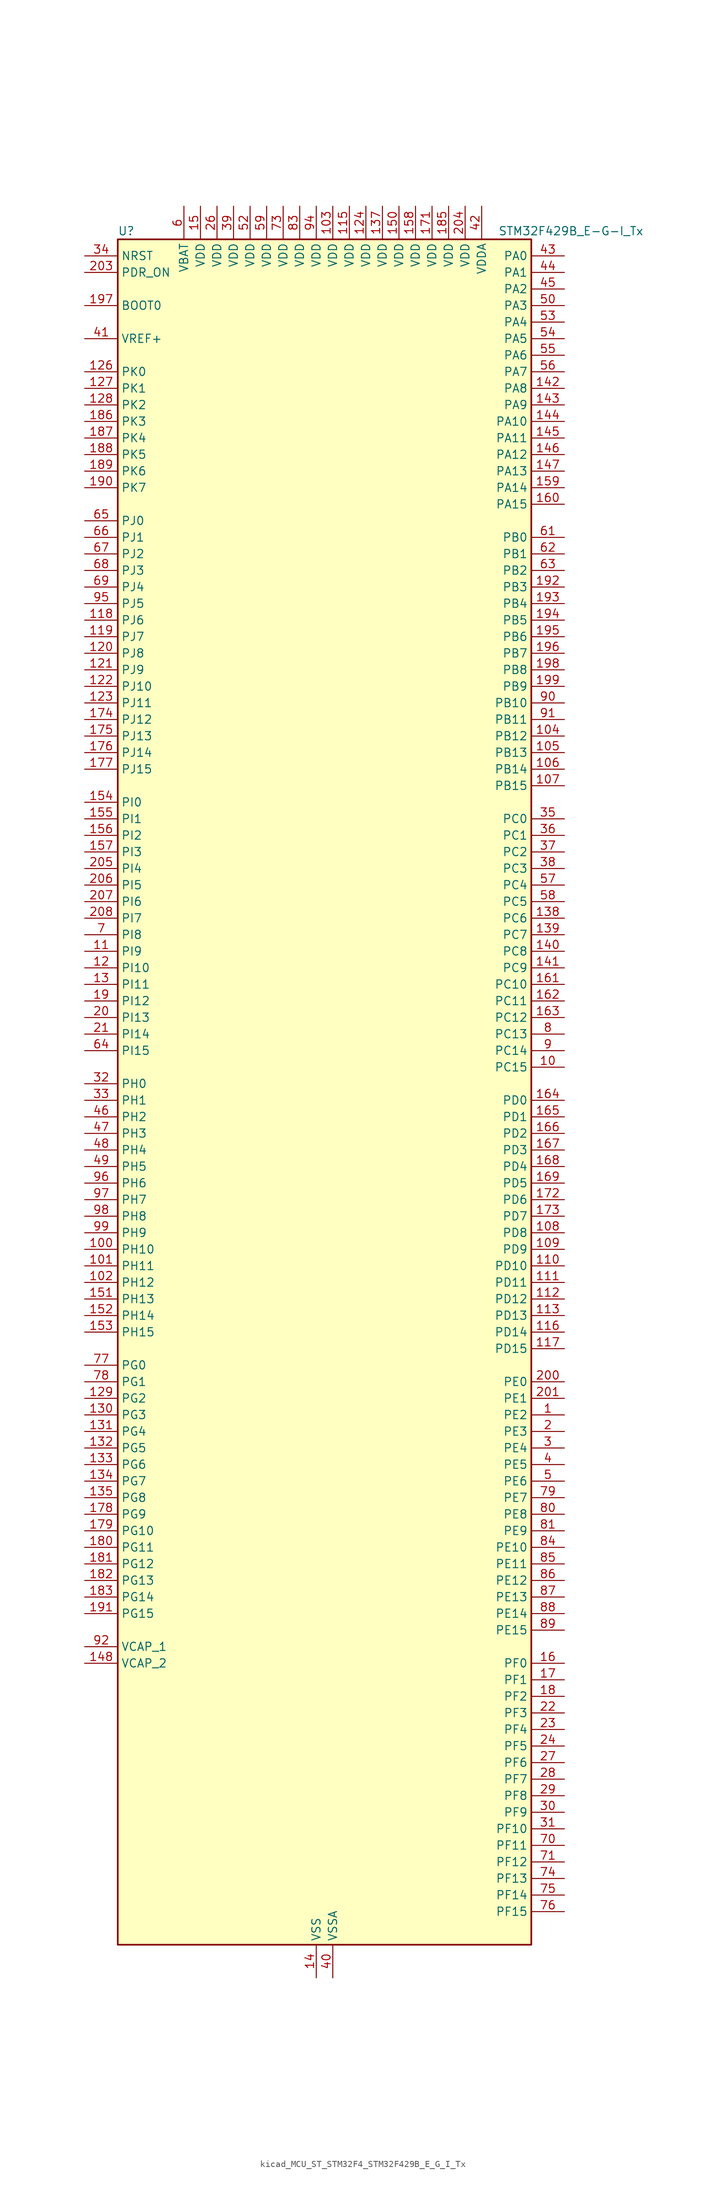
<source format=kicad_sym>
(kicad_symbol_lib
  (version 20220914)
  (generator kicad_symbol_editor)
  (symbol "kicad_MCU_ST_STM32F4_STM32F429B_E_G_I_Tx"
    (property "Reference" "U"
      (at -30.48 133.35 0)
      (effects (font (size 1.27 1.27)) (justify left)))
    (property "Value" "STM32F429B_E-G-I_Tx"
      (at 27.94 133.35 0)
      (effects (font (size 1.27 1.27)) (justify left)))
    (property "ki_locked" ""
      (at 0 0 0)
      (effects (font (size 1.27 1.27))))
    (symbol "kicad_MCU_ST_STM32F4_STM32F429B_E_G_I_Tx_0_1"
      (rectangle (start -30.48 -129.54) (end 33.02 132.08) (stroke (width 0.254) (type default)) (fill (type background))))
    (symbol "kicad_MCU_ST_STM32F4_STM32F429B_E_G_I_Tx_1_1"
      (pin bidirectional line (at 38.1 -48.26 180) (length 5.08) (name "PE2" (effects (font (size 1.27 1.27)))) (number "1" (effects (font (size 1.27 1.27)))) (alternate "ETH_TXD3" bidirectional line) (alternate "FMC_A23" bidirectional line) (alternate "SAI1_MCLK_A" bidirectional line) (alternate "SPI4_SCK" bidirectional line) (alternate "SYS_TRACECLK" bidirectional line))
      (pin bidirectional line (at 38.1 5.08 180) (length 5.08) (name "PC15" (effects (font (size 1.27 1.27)))) (number "10" (effects (font (size 1.27 1.27)))) (alternate "ADC1_EXTI15" bidirectional line) (alternate "ADC2_EXTI15" bidirectional line) (alternate "ADC3_EXTI15" bidirectional line) (alternate "RCC_OSC32_OUT" bidirectional line))
      (pin bidirectional line (at -35.56 -22.86 0) (length 5.08) (name "PH10" (effects (font (size 1.27 1.27)))) (number "100" (effects (font (size 1.27 1.27)))) (alternate "DCMI_D1" bidirectional line) (alternate "FMC_D18" bidirectional line) (alternate "LTDC_R4" bidirectional line) (alternate "TIM5_CH1" bidirectional line))
      (pin bidirectional line (at -35.56 -25.4 0) (length 5.08) (name "PH11" (effects (font (size 1.27 1.27)))) (number "101" (effects (font (size 1.27 1.27)))) (alternate "ADC1_EXTI11" bidirectional line) (alternate "ADC2_EXTI11" bidirectional line) (alternate "ADC3_EXTI11" bidirectional line) (alternate "DCMI_D2" bidirectional line) (alternate "FMC_D19" bidirectional line) (alternate "LTDC_R5" bidirectional line) (alternate "TIM5_CH2" bidirectional line))
      (pin bidirectional line (at -35.56 -27.94 0) (length 5.08) (name "PH12" (effects (font (size 1.27 1.27)))) (number "102" (effects (font (size 1.27 1.27)))) (alternate "DCMI_D3" bidirectional line) (alternate "FMC_D20" bidirectional line) (alternate "LTDC_R6" bidirectional line) (alternate "TIM5_CH3" bidirectional line))
      (pin power_in line (at 2.54 137.16 270) (length 5.08) (name "VDD" (effects (font (size 1.27 1.27)))) (number "103" (effects (font (size 1.27 1.27)))))
      (pin bidirectional line (at 38.1 55.88 180) (length 5.08) (name "PB12" (effects (font (size 1.27 1.27)))) (number "104" (effects (font (size 1.27 1.27)))) (alternate "CAN2_RX" bidirectional line) (alternate "ETH_TXD0" bidirectional line) (alternate "I2C2_SMBA" bidirectional line) (alternate "I2S2_WS" bidirectional line) (alternate "SPI2_NSS" bidirectional line) (alternate "TIM1_BKIN" bidirectional line) (alternate "USART3_CK" bidirectional line) (alternate "USB_OTG_HS_ID" bidirectional line) (alternate "USB_OTG_HS_ULPI_D5" bidirectional line))
      (pin bidirectional line (at 38.1 53.34 180) (length 5.08) (name "PB13" (effects (font (size 1.27 1.27)))) (number "105" (effects (font (size 1.27 1.27)))) (alternate "CAN2_TX" bidirectional line) (alternate "ETH_TXD1" bidirectional line) (alternate "I2S2_CK" bidirectional line) (alternate "SPI2_SCK" bidirectional line) (alternate "TIM1_CH1N" bidirectional line) (alternate "USART3_CTS" bidirectional line) (alternate "USB_OTG_HS_ULPI_D6" bidirectional line) (alternate "USB_OTG_HS_VBUS" bidirectional line))
      (pin bidirectional line (at 38.1 50.8 180) (length 5.08) (name "PB14" (effects (font (size 1.27 1.27)))) (number "106" (effects (font (size 1.27 1.27)))) (alternate "I2S2_ext_SD" bidirectional line) (alternate "SPI2_MISO" bidirectional line) (alternate "TIM12_CH1" bidirectional line) (alternate "TIM1_CH2N" bidirectional line) (alternate "TIM8_CH2N" bidirectional line) (alternate "USART3_RTS" bidirectional line) (alternate "USB_OTG_HS_DM" bidirectional line))
      (pin bidirectional line (at 38.1 48.26 180) (length 5.08) (name "PB15" (effects (font (size 1.27 1.27)))) (number "107" (effects (font (size 1.27 1.27)))) (alternate "ADC1_EXTI15" bidirectional line) (alternate "ADC2_EXTI15" bidirectional line) (alternate "ADC3_EXTI15" bidirectional line) (alternate "I2S2_SD" bidirectional line) (alternate "RTC_REFIN" bidirectional line) (alternate "SPI2_MOSI" bidirectional line) (alternate "TIM12_CH2" bidirectional line) (alternate "TIM1_CH3N" bidirectional line) (alternate "TIM8_CH3N" bidirectional line) (alternate "USB_OTG_HS_DP" bidirectional line))
      (pin bidirectional line (at 38.1 -20.32 180) (length 5.08) (name "PD8" (effects (font (size 1.27 1.27)))) (number "108" (effects (font (size 1.27 1.27)))) (alternate "FMC_D13" bidirectional line) (alternate "FMC_DA13" bidirectional line) (alternate "USART3_TX" bidirectional line))
      (pin bidirectional line (at 38.1 -22.86 180) (length 5.08) (name "PD9" (effects (font (size 1.27 1.27)))) (number "109" (effects (font (size 1.27 1.27)))) (alternate "DAC_EXTI9" bidirectional line) (alternate "FMC_D14" bidirectional line) (alternate "FMC_DA14" bidirectional line) (alternate "USART3_RX" bidirectional line))
      (pin bidirectional line (at -35.56 22.86 0) (length 5.08) (name "PI9" (effects (font (size 1.27 1.27)))) (number "11" (effects (font (size 1.27 1.27)))) (alternate "CAN1_RX" bidirectional line) (alternate "DAC_EXTI9" bidirectional line) (alternate "FMC_D30" bidirectional line) (alternate "LTDC_VSYNC" bidirectional line))
      (pin bidirectional line (at 38.1 -25.4 180) (length 5.08) (name "PD10" (effects (font (size 1.27 1.27)))) (number "110" (effects (font (size 1.27 1.27)))) (alternate "FMC_D15" bidirectional line) (alternate "FMC_DA15" bidirectional line) (alternate "LTDC_B3" bidirectional line) (alternate "USART3_CK" bidirectional line))
      (pin bidirectional line (at 38.1 -27.94 180) (length 5.08) (name "PD11" (effects (font (size 1.27 1.27)))) (number "111" (effects (font (size 1.27 1.27)))) (alternate "ADC1_EXTI11" bidirectional line) (alternate "ADC2_EXTI11" bidirectional line) (alternate "ADC3_EXTI11" bidirectional line) (alternate "FMC_A16" bidirectional line) (alternate "FMC_CLE" bidirectional line) (alternate "USART3_CTS" bidirectional line))
      (pin bidirectional line (at 38.1 -30.48 180) (length 5.08) (name "PD12" (effects (font (size 1.27 1.27)))) (number "112" (effects (font (size 1.27 1.27)))) (alternate "FMC_A17" bidirectional line) (alternate "FMC_ALE" bidirectional line) (alternate "TIM4_CH1" bidirectional line) (alternate "USART3_RTS" bidirectional line))
      (pin bidirectional line (at 38.1 -33.02 180) (length 5.08) (name "PD13" (effects (font (size 1.27 1.27)))) (number "113" (effects (font (size 1.27 1.27)))) (alternate "FMC_A18" bidirectional line) (alternate "TIM4_CH2" bidirectional line))
      (pin passive line (at 0 -134.62 90) (length 5.08) hide (name "VSS" (effects (font (size 1.27 1.27)))) (number "114" (effects (font (size 1.27 1.27)))))
      (pin power_in line (at 5.08 137.16 270) (length 5.08) (name "VDD" (effects (font (size 1.27 1.27)))) (number "115" (effects (font (size 1.27 1.27)))))
      (pin bidirectional line (at 38.1 -35.56 180) (length 5.08) (name "PD14" (effects (font (size 1.27 1.27)))) (number "116" (effects (font (size 1.27 1.27)))) (alternate "FMC_D0" bidirectional line) (alternate "FMC_DA0" bidirectional line) (alternate "TIM4_CH3" bidirectional line))
      (pin bidirectional line (at 38.1 -38.1 180) (length 5.08) (name "PD15" (effects (font (size 1.27 1.27)))) (number "117" (effects (font (size 1.27 1.27)))) (alternate "ADC1_EXTI15" bidirectional line) (alternate "ADC2_EXTI15" bidirectional line) (alternate "ADC3_EXTI15" bidirectional line) (alternate "FMC_D1" bidirectional line) (alternate "FMC_DA1" bidirectional line) (alternate "TIM4_CH4" bidirectional line))
      (pin bidirectional line (at -35.56 73.66 0) (length 5.08) (name "PJ6" (effects (font (size 1.27 1.27)))) (number "118" (effects (font (size 1.27 1.27)))) (alternate "LTDC_R7" bidirectional line))
      (pin bidirectional line (at -35.56 71.12 0) (length 5.08) (name "PJ7" (effects (font (size 1.27 1.27)))) (number "119" (effects (font (size 1.27 1.27)))) (alternate "LTDC_G0" bidirectional line))
      (pin bidirectional line (at -35.56 20.32 0) (length 5.08) (name "PI10" (effects (font (size 1.27 1.27)))) (number "12" (effects (font (size 1.27 1.27)))) (alternate "ETH_RX_ER" bidirectional line) (alternate "FMC_D31" bidirectional line) (alternate "LTDC_HSYNC" bidirectional line))
      (pin bidirectional line (at -35.56 68.58 0) (length 5.08) (name "PJ8" (effects (font (size 1.27 1.27)))) (number "120" (effects (font (size 1.27 1.27)))) (alternate "LTDC_G1" bidirectional line))
      (pin bidirectional line (at -35.56 66.04 0) (length 5.08) (name "PJ9" (effects (font (size 1.27 1.27)))) (number "121" (effects (font (size 1.27 1.27)))) (alternate "DAC_EXTI9" bidirectional line) (alternate "LTDC_G2" bidirectional line))
      (pin bidirectional line (at -35.56 63.5 0) (length 5.08) (name "PJ10" (effects (font (size 1.27 1.27)))) (number "122" (effects (font (size 1.27 1.27)))) (alternate "LTDC_G3" bidirectional line))
      (pin bidirectional line (at -35.56 60.96 0) (length 5.08) (name "PJ11" (effects (font (size 1.27 1.27)))) (number "123" (effects (font (size 1.27 1.27)))) (alternate "ADC1_EXTI11" bidirectional line) (alternate "ADC2_EXTI11" bidirectional line) (alternate "ADC3_EXTI11" bidirectional line) (alternate "LTDC_G4" bidirectional line))
      (pin power_in line (at 7.62 137.16 270) (length 5.08) (name "VDD" (effects (font (size 1.27 1.27)))) (number "124" (effects (font (size 1.27 1.27)))))
      (pin passive line (at 0 -134.62 90) (length 5.08) hide (name "VSS" (effects (font (size 1.27 1.27)))) (number "125" (effects (font (size 1.27 1.27)))))
      (pin bidirectional line (at -35.56 111.76 0) (length 5.08) (name "PK0" (effects (font (size 1.27 1.27)))) (number "126" (effects (font (size 1.27 1.27)))) (alternate "LTDC_G5" bidirectional line))
      (pin bidirectional line (at -35.56 109.22 0) (length 5.08) (name "PK1" (effects (font (size 1.27 1.27)))) (number "127" (effects (font (size 1.27 1.27)))) (alternate "LTDC_G6" bidirectional line))
      (pin bidirectional line (at -35.56 106.68 0) (length 5.08) (name "PK2" (effects (font (size 1.27 1.27)))) (number "128" (effects (font (size 1.27 1.27)))) (alternate "LTDC_G7" bidirectional line))
      (pin bidirectional line (at -35.56 -45.72 0) (length 5.08) (name "PG2" (effects (font (size 1.27 1.27)))) (number "129" (effects (font (size 1.27 1.27)))) (alternate "FMC_A12" bidirectional line))
      (pin bidirectional line (at -35.56 17.78 0) (length 5.08) (name "PI11" (effects (font (size 1.27 1.27)))) (number "13" (effects (font (size 1.27 1.27)))) (alternate "ADC1_EXTI11" bidirectional line) (alternate "ADC2_EXTI11" bidirectional line) (alternate "ADC3_EXTI11" bidirectional line) (alternate "USB_OTG_HS_ULPI_DIR" bidirectional line))
      (pin bidirectional line (at -35.56 -48.26 0) (length 5.08) (name "PG3" (effects (font (size 1.27 1.27)))) (number "130" (effects (font (size 1.27 1.27)))) (alternate "FMC_A13" bidirectional line))
      (pin bidirectional line (at -35.56 -50.8 0) (length 5.08) (name "PG4" (effects (font (size 1.27 1.27)))) (number "131" (effects (font (size 1.27 1.27)))) (alternate "FMC_A14" bidirectional line) (alternate "FMC_BA0" bidirectional line))
      (pin bidirectional line (at -35.56 -53.34 0) (length 5.08) (name "PG5" (effects (font (size 1.27 1.27)))) (number "132" (effects (font (size 1.27 1.27)))) (alternate "FMC_A15" bidirectional line) (alternate "FMC_BA1" bidirectional line))
      (pin bidirectional line (at -35.56 -55.88 0) (length 5.08) (name "PG6" (effects (font (size 1.27 1.27)))) (number "133" (effects (font (size 1.27 1.27)))) (alternate "DCMI_D12" bidirectional line) (alternate "FMC_INT2" bidirectional line) (alternate "LTDC_R7" bidirectional line))
      (pin bidirectional line (at -35.56 -58.42 0) (length 5.08) (name "PG7" (effects (font (size 1.27 1.27)))) (number "134" (effects (font (size 1.27 1.27)))) (alternate "DCMI_D13" bidirectional line) (alternate "FMC_INT3" bidirectional line) (alternate "LTDC_CLK" bidirectional line) (alternate "USART6_CK" bidirectional line))
      (pin bidirectional line (at -35.56 -60.96 0) (length 5.08) (name "PG8" (effects (font (size 1.27 1.27)))) (number "135" (effects (font (size 1.27 1.27)))) (alternate "ETH_PPS_OUT" bidirectional line) (alternate "FMC_SDCLK" bidirectional line) (alternate "SPI6_NSS" bidirectional line) (alternate "USART6_RTS" bidirectional line))
      (pin passive line (at 0 -134.62 90) (length 5.08) hide (name "VSS" (effects (font (size 1.27 1.27)))) (number "136" (effects (font (size 1.27 1.27)))))
      (pin power_in line (at 10.16 137.16 270) (length 5.08) (name "VDD" (effects (font (size 1.27 1.27)))) (number "137" (effects (font (size 1.27 1.27)))))
      (pin bidirectional line (at 38.1 27.94 180) (length 5.08) (name "PC6" (effects (font (size 1.27 1.27)))) (number "138" (effects (font (size 1.27 1.27)))) (alternate "DCMI_D0" bidirectional line) (alternate "I2S2_MCK" bidirectional line) (alternate "LTDC_HSYNC" bidirectional line) (alternate "SDIO_D6" bidirectional line) (alternate "TIM3_CH1" bidirectional line) (alternate "TIM8_CH1" bidirectional line) (alternate "USART6_TX" bidirectional line))
      (pin bidirectional line (at 38.1 25.4 180) (length 5.08) (name "PC7" (effects (font (size 1.27 1.27)))) (number "139" (effects (font (size 1.27 1.27)))) (alternate "DCMI_D1" bidirectional line) (alternate "I2S3_MCK" bidirectional line) (alternate "LTDC_G6" bidirectional line) (alternate "SDIO_D7" bidirectional line) (alternate "TIM3_CH2" bidirectional line) (alternate "TIM8_CH2" bidirectional line) (alternate "USART6_RX" bidirectional line))
      (pin power_in line (at 0 -134.62 90) (length 5.08) (name "VSS" (effects (font (size 1.27 1.27)))) (number "14" (effects (font (size 1.27 1.27)))))
      (pin bidirectional line (at 38.1 22.86 180) (length 5.08) (name "PC8" (effects (font (size 1.27 1.27)))) (number "140" (effects (font (size 1.27 1.27)))) (alternate "DCMI_D2" bidirectional line) (alternate "SDIO_D0" bidirectional line) (alternate "TIM3_CH3" bidirectional line) (alternate "TIM8_CH3" bidirectional line) (alternate "USART6_CK" bidirectional line))
      (pin bidirectional line (at 38.1 20.32 180) (length 5.08) (name "PC9" (effects (font (size 1.27 1.27)))) (number "141" (effects (font (size 1.27 1.27)))) (alternate "DAC_EXTI9" bidirectional line) (alternate "DCMI_D3" bidirectional line) (alternate "I2C3_SDA" bidirectional line) (alternate "I2S_CKIN" bidirectional line) (alternate "RCC_MCO_2" bidirectional line) (alternate "SDIO_D1" bidirectional line) (alternate "TIM3_CH4" bidirectional line) (alternate "TIM8_CH4" bidirectional line))
      (pin bidirectional line (at 38.1 109.22 180) (length 5.08) (name "PA8" (effects (font (size 1.27 1.27)))) (number "142" (effects (font (size 1.27 1.27)))) (alternate "I2C3_SCL" bidirectional line) (alternate "LTDC_R6" bidirectional line) (alternate "RCC_MCO_1" bidirectional line) (alternate "TIM1_CH1" bidirectional line) (alternate "USART1_CK" bidirectional line) (alternate "USB_OTG_FS_SOF" bidirectional line))
      (pin bidirectional line (at 38.1 106.68 180) (length 5.08) (name "PA9" (effects (font (size 1.27 1.27)))) (number "143" (effects (font (size 1.27 1.27)))) (alternate "DAC_EXTI9" bidirectional line) (alternate "DCMI_D0" bidirectional line) (alternate "I2C3_SMBA" bidirectional line) (alternate "TIM1_CH2" bidirectional line) (alternate "USART1_TX" bidirectional line) (alternate "USB_OTG_FS_VBUS" bidirectional line))
      (pin bidirectional line (at 38.1 104.14 180) (length 5.08) (name "PA10" (effects (font (size 1.27 1.27)))) (number "144" (effects (font (size 1.27 1.27)))) (alternate "DCMI_D1" bidirectional line) (alternate "TIM1_CH3" bidirectional line) (alternate "USART1_RX" bidirectional line) (alternate "USB_OTG_FS_ID" bidirectional line))
      (pin bidirectional line (at 38.1 101.6 180) (length 5.08) (name "PA11" (effects (font (size 1.27 1.27)))) (number "145" (effects (font (size 1.27 1.27)))) (alternate "ADC1_EXTI11" bidirectional line) (alternate "ADC2_EXTI11" bidirectional line) (alternate "ADC3_EXTI11" bidirectional line) (alternate "CAN1_RX" bidirectional line) (alternate "LTDC_R4" bidirectional line) (alternate "TIM1_CH4" bidirectional line) (alternate "USART1_CTS" bidirectional line) (alternate "USB_OTG_FS_DM" bidirectional line))
      (pin bidirectional line (at 38.1 99.06 180) (length 5.08) (name "PA12" (effects (font (size 1.27 1.27)))) (number "146" (effects (font (size 1.27 1.27)))) (alternate "CAN1_TX" bidirectional line) (alternate "LTDC_R5" bidirectional line) (alternate "TIM1_ETR" bidirectional line) (alternate "USART1_RTS" bidirectional line) (alternate "USB_OTG_FS_DP" bidirectional line))
      (pin bidirectional line (at 38.1 96.52 180) (length 5.08) (name "PA13" (effects (font (size 1.27 1.27)))) (number "147" (effects (font (size 1.27 1.27)))) (alternate "SYS_JTMS-SWDIO" bidirectional line))
      (pin power_out line (at -35.56 -86.36 0) (length 5.08) (name "VCAP_2" (effects (font (size 1.27 1.27)))) (number "148" (effects (font (size 1.27 1.27)))))
      (pin passive line (at 0 -134.62 90) (length 5.08) hide (name "VSS" (effects (font (size 1.27 1.27)))) (number "149" (effects (font (size 1.27 1.27)))))
      (pin power_in line (at -17.78 137.16 270) (length 5.08) (name "VDD" (effects (font (size 1.27 1.27)))) (number "15" (effects (font (size 1.27 1.27)))))
      (pin power_in line (at 12.7 137.16 270) (length 5.08) (name "VDD" (effects (font (size 1.27 1.27)))) (number "150" (effects (font (size 1.27 1.27)))))
      (pin bidirectional line (at -35.56 -30.48 0) (length 5.08) (name "PH13" (effects (font (size 1.27 1.27)))) (number "151" (effects (font (size 1.27 1.27)))) (alternate "CAN1_TX" bidirectional line) (alternate "FMC_D21" bidirectional line) (alternate "LTDC_G2" bidirectional line) (alternate "TIM8_CH1N" bidirectional line))
      (pin bidirectional line (at -35.56 -33.02 0) (length 5.08) (name "PH14" (effects (font (size 1.27 1.27)))) (number "152" (effects (font (size 1.27 1.27)))) (alternate "DCMI_D4" bidirectional line) (alternate "FMC_D22" bidirectional line) (alternate "LTDC_G3" bidirectional line) (alternate "TIM8_CH2N" bidirectional line))
      (pin bidirectional line (at -35.56 -35.56 0) (length 5.08) (name "PH15" (effects (font (size 1.27 1.27)))) (number "153" (effects (font (size 1.27 1.27)))) (alternate "ADC1_EXTI15" bidirectional line) (alternate "ADC2_EXTI15" bidirectional line) (alternate "ADC3_EXTI15" bidirectional line) (alternate "DCMI_D11" bidirectional line) (alternate "FMC_D23" bidirectional line) (alternate "LTDC_G4" bidirectional line) (alternate "TIM8_CH3N" bidirectional line))
      (pin bidirectional line (at -35.56 45.72 0) (length 5.08) (name "PI0" (effects (font (size 1.27 1.27)))) (number "154" (effects (font (size 1.27 1.27)))) (alternate "DCMI_D13" bidirectional line) (alternate "FMC_D24" bidirectional line) (alternate "I2S2_WS" bidirectional line) (alternate "LTDC_G5" bidirectional line) (alternate "SPI2_NSS" bidirectional line) (alternate "TIM5_CH4" bidirectional line))
      (pin bidirectional line (at -35.56 43.18 0) (length 5.08) (name "PI1" (effects (font (size 1.27 1.27)))) (number "155" (effects (font (size 1.27 1.27)))) (alternate "DCMI_D8" bidirectional line) (alternate "FMC_D25" bidirectional line) (alternate "I2S2_CK" bidirectional line) (alternate "LTDC_G6" bidirectional line) (alternate "SPI2_SCK" bidirectional line))
      (pin bidirectional line (at -35.56 40.64 0) (length 5.08) (name "PI2" (effects (font (size 1.27 1.27)))) (number "156" (effects (font (size 1.27 1.27)))) (alternate "DCMI_D9" bidirectional line) (alternate "FMC_D26" bidirectional line) (alternate "I2S2_ext_SD" bidirectional line) (alternate "LTDC_G7" bidirectional line) (alternate "SPI2_MISO" bidirectional line) (alternate "TIM8_CH4" bidirectional line))
      (pin bidirectional line (at -35.56 38.1 0) (length 5.08) (name "PI3" (effects (font (size 1.27 1.27)))) (number "157" (effects (font (size 1.27 1.27)))) (alternate "DCMI_D10" bidirectional line) (alternate "FMC_D27" bidirectional line) (alternate "I2S2_SD" bidirectional line) (alternate "SPI2_MOSI" bidirectional line) (alternate "TIM8_ETR" bidirectional line))
      (pin power_in line (at 15.24 137.16 270) (length 5.08) (name "VDD" (effects (font (size 1.27 1.27)))) (number "158" (effects (font (size 1.27 1.27)))))
      (pin bidirectional line (at 38.1 93.98 180) (length 5.08) (name "PA14" (effects (font (size 1.27 1.27)))) (number "159" (effects (font (size 1.27 1.27)))) (alternate "SYS_JTCK-SWCLK" bidirectional line))
      (pin bidirectional line (at 38.1 -86.36 180) (length 5.08) (name "PF0" (effects (font (size 1.27 1.27)))) (number "16" (effects (font (size 1.27 1.27)))) (alternate "FMC_A0" bidirectional line) (alternate "I2C2_SDA" bidirectional line))
      (pin bidirectional line (at 38.1 91.44 180) (length 5.08) (name "PA15" (effects (font (size 1.27 1.27)))) (number "160" (effects (font (size 1.27 1.27)))) (alternate "ADC1_EXTI15" bidirectional line) (alternate "ADC2_EXTI15" bidirectional line) (alternate "ADC3_EXTI15" bidirectional line) (alternate "I2S3_WS" bidirectional line) (alternate "SPI1_NSS" bidirectional line) (alternate "SPI3_NSS" bidirectional line) (alternate "SYS_JTDI" bidirectional line) (alternate "TIM2_CH1" bidirectional line) (alternate "TIM2_ETR" bidirectional line))
      (pin bidirectional line (at 38.1 17.78 180) (length 5.08) (name "PC10" (effects (font (size 1.27 1.27)))) (number "161" (effects (font (size 1.27 1.27)))) (alternate "DCMI_D8" bidirectional line) (alternate "I2S3_CK" bidirectional line) (alternate "LTDC_R2" bidirectional line) (alternate "SDIO_D2" bidirectional line) (alternate "SPI3_SCK" bidirectional line) (alternate "UART4_TX" bidirectional line) (alternate "USART3_TX" bidirectional line))
      (pin bidirectional line (at 38.1 15.24 180) (length 5.08) (name "PC11" (effects (font (size 1.27 1.27)))) (number "162" (effects (font (size 1.27 1.27)))) (alternate "ADC1_EXTI11" bidirectional line) (alternate "ADC2_EXTI11" bidirectional line) (alternate "ADC3_EXTI11" bidirectional line) (alternate "DCMI_D4" bidirectional line) (alternate "I2S3_ext_SD" bidirectional line) (alternate "SDIO_D3" bidirectional line) (alternate "SPI3_MISO" bidirectional line) (alternate "UART4_RX" bidirectional line) (alternate "USART3_RX" bidirectional line))
      (pin bidirectional line (at 38.1 12.7 180) (length 5.08) (name "PC12" (effects (font (size 1.27 1.27)))) (number "163" (effects (font (size 1.27 1.27)))) (alternate "DCMI_D9" bidirectional line) (alternate "I2S3_SD" bidirectional line) (alternate "SDIO_CK" bidirectional line) (alternate "SPI3_MOSI" bidirectional line) (alternate "UART5_TX" bidirectional line) (alternate "USART3_CK" bidirectional line))
      (pin bidirectional line (at 38.1 0 180) (length 5.08) (name "PD0" (effects (font (size 1.27 1.27)))) (number "164" (effects (font (size 1.27 1.27)))) (alternate "CAN1_RX" bidirectional line) (alternate "FMC_D2" bidirectional line) (alternate "FMC_DA2" bidirectional line))
      (pin bidirectional line (at 38.1 -2.54 180) (length 5.08) (name "PD1" (effects (font (size 1.27 1.27)))) (number "165" (effects (font (size 1.27 1.27)))) (alternate "CAN1_TX" bidirectional line) (alternate "FMC_D3" bidirectional line) (alternate "FMC_DA3" bidirectional line))
      (pin bidirectional line (at 38.1 -5.08 180) (length 5.08) (name "PD2" (effects (font (size 1.27 1.27)))) (number "166" (effects (font (size 1.27 1.27)))) (alternate "DCMI_D11" bidirectional line) (alternate "SDIO_CMD" bidirectional line) (alternate "TIM3_ETR" bidirectional line) (alternate "UART5_RX" bidirectional line))
      (pin bidirectional line (at 38.1 -7.62 180) (length 5.08) (name "PD3" (effects (font (size 1.27 1.27)))) (number "167" (effects (font (size 1.27 1.27)))) (alternate "DCMI_D5" bidirectional line) (alternate "FMC_CLK" bidirectional line) (alternate "I2S2_CK" bidirectional line) (alternate "LTDC_G7" bidirectional line) (alternate "SPI2_SCK" bidirectional line) (alternate "USART2_CTS" bidirectional line))
      (pin bidirectional line (at 38.1 -10.16 180) (length 5.08) (name "PD4" (effects (font (size 1.27 1.27)))) (number "168" (effects (font (size 1.27 1.27)))) (alternate "FMC_NOE" bidirectional line) (alternate "USART2_RTS" bidirectional line))
      (pin bidirectional line (at 38.1 -12.7 180) (length 5.08) (name "PD5" (effects (font (size 1.27 1.27)))) (number "169" (effects (font (size 1.27 1.27)))) (alternate "FMC_NWE" bidirectional line) (alternate "USART2_TX" bidirectional line))
      (pin bidirectional line (at 38.1 -88.9 180) (length 5.08) (name "PF1" (effects (font (size 1.27 1.27)))) (number "17" (effects (font (size 1.27 1.27)))) (alternate "FMC_A1" bidirectional line) (alternate "I2C2_SCL" bidirectional line))
      (pin passive line (at 0 -134.62 90) (length 5.08) hide (name "VSS" (effects (font (size 1.27 1.27)))) (number "170" (effects (font (size 1.27 1.27)))))
      (pin power_in line (at 17.78 137.16 270) (length 5.08) (name "VDD" (effects (font (size 1.27 1.27)))) (number "171" (effects (font (size 1.27 1.27)))))
      (pin bidirectional line (at 38.1 -15.24 180) (length 5.08) (name "PD6" (effects (font (size 1.27 1.27)))) (number "172" (effects (font (size 1.27 1.27)))) (alternate "DCMI_D10" bidirectional line) (alternate "FMC_NWAIT" bidirectional line) (alternate "I2S3_SD" bidirectional line) (alternate "LTDC_B2" bidirectional line) (alternate "SAI1_SD_A" bidirectional line) (alternate "SPI3_MOSI" bidirectional line) (alternate "USART2_RX" bidirectional line))
      (pin bidirectional line (at 38.1 -17.78 180) (length 5.08) (name "PD7" (effects (font (size 1.27 1.27)))) (number "173" (effects (font (size 1.27 1.27)))) (alternate "FMC_NCE2" bidirectional line) (alternate "FMC_NE1" bidirectional line) (alternate "USART2_CK" bidirectional line))
      (pin bidirectional line (at -35.56 58.42 0) (length 5.08) (name "PJ12" (effects (font (size 1.27 1.27)))) (number "174" (effects (font (size 1.27 1.27)))) (alternate "LTDC_B0" bidirectional line))
      (pin bidirectional line (at -35.56 55.88 0) (length 5.08) (name "PJ13" (effects (font (size 1.27 1.27)))) (number "175" (effects (font (size 1.27 1.27)))) (alternate "LTDC_B1" bidirectional line))
      (pin bidirectional line (at -35.56 53.34 0) (length 5.08) (name "PJ14" (effects (font (size 1.27 1.27)))) (number "176" (effects (font (size 1.27 1.27)))) (alternate "LTDC_B2" bidirectional line))
      (pin bidirectional line (at -35.56 50.8 0) (length 5.08) (name "PJ15" (effects (font (size 1.27 1.27)))) (number "177" (effects (font (size 1.27 1.27)))) (alternate "ADC1_EXTI15" bidirectional line) (alternate "ADC2_EXTI15" bidirectional line) (alternate "ADC3_EXTI15" bidirectional line) (alternate "LTDC_B3" bidirectional line))
      (pin bidirectional line (at -35.56 -63.5 0) (length 5.08) (name "PG9" (effects (font (size 1.27 1.27)))) (number "178" (effects (font (size 1.27 1.27)))) (alternate "DAC_EXTI9" bidirectional line) (alternate "DCMI_VSYNC" bidirectional line) (alternate "FMC_NCE3" bidirectional line) (alternate "FMC_NE2" bidirectional line) (alternate "USART6_RX" bidirectional line))
      (pin bidirectional line (at -35.56 -66.04 0) (length 5.08) (name "PG10" (effects (font (size 1.27 1.27)))) (number "179" (effects (font (size 1.27 1.27)))) (alternate "DCMI_D2" bidirectional line) (alternate "FMC_NCE4_1" bidirectional line) (alternate "FMC_NE3" bidirectional line) (alternate "LTDC_B2" bidirectional line) (alternate "LTDC_G3" bidirectional line))
      (pin bidirectional line (at 38.1 -91.44 180) (length 5.08) (name "PF2" (effects (font (size 1.27 1.27)))) (number "18" (effects (font (size 1.27 1.27)))) (alternate "FMC_A2" bidirectional line) (alternate "I2C2_SMBA" bidirectional line))
      (pin bidirectional line (at -35.56 -68.58 0) (length 5.08) (name "PG11" (effects (font (size 1.27 1.27)))) (number "180" (effects (font (size 1.27 1.27)))) (alternate "ADC1_EXTI11" bidirectional line) (alternate "ADC2_EXTI11" bidirectional line) (alternate "ADC3_EXTI11" bidirectional line) (alternate "DCMI_D3" bidirectional line) (alternate "ETH_TX_EN" bidirectional line) (alternate "FMC_NCE4_2" bidirectional line) (alternate "LTDC_B3" bidirectional line))
      (pin bidirectional line (at -35.56 -71.12 0) (length 5.08) (name "PG12" (effects (font (size 1.27 1.27)))) (number "181" (effects (font (size 1.27 1.27)))) (alternate "FMC_NE4" bidirectional line) (alternate "LTDC_B1" bidirectional line) (alternate "LTDC_B4" bidirectional line) (alternate "SPI6_MISO" bidirectional line) (alternate "USART6_RTS" bidirectional line))
      (pin bidirectional line (at -35.56 -73.66 0) (length 5.08) (name "PG13" (effects (font (size 1.27 1.27)))) (number "182" (effects (font (size 1.27 1.27)))) (alternate "ETH_TXD0" bidirectional line) (alternate "FMC_A24" bidirectional line) (alternate "SPI6_SCK" bidirectional line) (alternate "USART6_CTS" bidirectional line))
      (pin bidirectional line (at -35.56 -76.2 0) (length 5.08) (name "PG14" (effects (font (size 1.27 1.27)))) (number "183" (effects (font (size 1.27 1.27)))) (alternate "ETH_TXD1" bidirectional line) (alternate "FMC_A25" bidirectional line) (alternate "SPI6_MOSI" bidirectional line) (alternate "USART6_TX" bidirectional line))
      (pin passive line (at 0 -134.62 90) (length 5.08) hide (name "VSS" (effects (font (size 1.27 1.27)))) (number "184" (effects (font (size 1.27 1.27)))))
      (pin power_in line (at 20.32 137.16 270) (length 5.08) (name "VDD" (effects (font (size 1.27 1.27)))) (number "185" (effects (font (size 1.27 1.27)))))
      (pin bidirectional line (at -35.56 104.14 0) (length 5.08) (name "PK3" (effects (font (size 1.27 1.27)))) (number "186" (effects (font (size 1.27 1.27)))) (alternate "LTDC_B4" bidirectional line))
      (pin bidirectional line (at -35.56 101.6 0) (length 5.08) (name "PK4" (effects (font (size 1.27 1.27)))) (number "187" (effects (font (size 1.27 1.27)))) (alternate "LTDC_B5" bidirectional line))
      (pin bidirectional line (at -35.56 99.06 0) (length 5.08) (name "PK5" (effects (font (size 1.27 1.27)))) (number "188" (effects (font (size 1.27 1.27)))) (alternate "LTDC_B6" bidirectional line))
      (pin bidirectional line (at -35.56 96.52 0) (length 5.08) (name "PK6" (effects (font (size 1.27 1.27)))) (number "189" (effects (font (size 1.27 1.27)))) (alternate "LTDC_B7" bidirectional line))
      (pin bidirectional line (at -35.56 15.24 0) (length 5.08) (name "PI12" (effects (font (size 1.27 1.27)))) (number "19" (effects (font (size 1.27 1.27)))) (alternate "LTDC_HSYNC" bidirectional line))
      (pin bidirectional line (at -35.56 93.98 0) (length 5.08) (name "PK7" (effects (font (size 1.27 1.27)))) (number "190" (effects (font (size 1.27 1.27)))) (alternate "LTDC_DE" bidirectional line))
      (pin bidirectional line (at -35.56 -78.74 0) (length 5.08) (name "PG15" (effects (font (size 1.27 1.27)))) (number "191" (effects (font (size 1.27 1.27)))) (alternate "ADC1_EXTI15" bidirectional line) (alternate "ADC2_EXTI15" bidirectional line) (alternate "ADC3_EXTI15" bidirectional line) (alternate "DCMI_D13" bidirectional line) (alternate "FMC_SDNCAS" bidirectional line) (alternate "USART6_CTS" bidirectional line))
      (pin bidirectional line (at 38.1 78.74 180) (length 5.08) (name "PB3" (effects (font (size 1.27 1.27)))) (number "192" (effects (font (size 1.27 1.27)))) (alternate "I2S3_CK" bidirectional line) (alternate "SPI1_SCK" bidirectional line) (alternate "SPI3_SCK" bidirectional line) (alternate "SYS_JTDO-SWO" bidirectional line) (alternate "TIM2_CH2" bidirectional line))
      (pin bidirectional line (at 38.1 76.2 180) (length 5.08) (name "PB4" (effects (font (size 1.27 1.27)))) (number "193" (effects (font (size 1.27 1.27)))) (alternate "I2S3_ext_SD" bidirectional line) (alternate "SPI1_MISO" bidirectional line) (alternate "SPI3_MISO" bidirectional line) (alternate "SYS_JTRST" bidirectional line) (alternate "TIM3_CH1" bidirectional line))
      (pin bidirectional line (at 38.1 73.66 180) (length 5.08) (name "PB5" (effects (font (size 1.27 1.27)))) (number "194" (effects (font (size 1.27 1.27)))) (alternate "CAN2_RX" bidirectional line) (alternate "DCMI_D10" bidirectional line) (alternate "ETH_PPS_OUT" bidirectional line) (alternate "FMC_SDCKE1" bidirectional line) (alternate "I2C1_SMBA" bidirectional line) (alternate "I2S3_SD" bidirectional line) (alternate "SPI1_MOSI" bidirectional line) (alternate "SPI3_MOSI" bidirectional line) (alternate "TIM3_CH2" bidirectional line) (alternate "USB_OTG_HS_ULPI_D7" bidirectional line))
      (pin bidirectional line (at 38.1 71.12 180) (length 5.08) (name "PB6" (effects (font (size 1.27 1.27)))) (number "195" (effects (font (size 1.27 1.27)))) (alternate "CAN2_TX" bidirectional line) (alternate "DCMI_D5" bidirectional line) (alternate "FMC_SDNE1" bidirectional line) (alternate "I2C1_SCL" bidirectional line) (alternate "TIM4_CH1" bidirectional line) (alternate "USART1_TX" bidirectional line))
      (pin bidirectional line (at 38.1 68.58 180) (length 5.08) (name "PB7" (effects (font (size 1.27 1.27)))) (number "196" (effects (font (size 1.27 1.27)))) (alternate "DCMI_VSYNC" bidirectional line) (alternate "FMC_NL" bidirectional line) (alternate "I2C1_SDA" bidirectional line) (alternate "TIM4_CH2" bidirectional line) (alternate "USART1_RX" bidirectional line))
      (pin input line (at -35.56 121.92 0) (length 5.08) (name "BOOT0" (effects (font (size 1.27 1.27)))) (number "197" (effects (font (size 1.27 1.27)))))
      (pin bidirectional line (at 38.1 66.04 180) (length 5.08) (name "PB8" (effects (font (size 1.27 1.27)))) (number "198" (effects (font (size 1.27 1.27)))) (alternate "CAN1_RX" bidirectional line) (alternate "DCMI_D6" bidirectional line) (alternate "ETH_TXD3" bidirectional line) (alternate "I2C1_SCL" bidirectional line) (alternate "LTDC_B6" bidirectional line) (alternate "SDIO_D4" bidirectional line) (alternate "TIM10_CH1" bidirectional line) (alternate "TIM4_CH3" bidirectional line))
      (pin bidirectional line (at 38.1 63.5 180) (length 5.08) (name "PB9" (effects (font (size 1.27 1.27)))) (number "199" (effects (font (size 1.27 1.27)))) (alternate "CAN1_TX" bidirectional line) (alternate "DAC_EXTI9" bidirectional line) (alternate "DCMI_D7" bidirectional line) (alternate "I2C1_SDA" bidirectional line) (alternate "I2S2_WS" bidirectional line) (alternate "LTDC_B7" bidirectional line) (alternate "SDIO_D5" bidirectional line) (alternate "SPI2_NSS" bidirectional line) (alternate "TIM11_CH1" bidirectional line) (alternate "TIM4_CH4" bidirectional line))
      (pin bidirectional line (at 38.1 -50.8 180) (length 5.08) (name "PE3" (effects (font (size 1.27 1.27)))) (number "2" (effects (font (size 1.27 1.27)))) (alternate "FMC_A19" bidirectional line) (alternate "SAI1_SD_B" bidirectional line) (alternate "SYS_TRACED0" bidirectional line))
      (pin bidirectional line (at -35.56 12.7 0) (length 5.08) (name "PI13" (effects (font (size 1.27 1.27)))) (number "20" (effects (font (size 1.27 1.27)))) (alternate "LTDC_VSYNC" bidirectional line))
      (pin bidirectional line (at 38.1 -43.18 180) (length 5.08) (name "PE0" (effects (font (size 1.27 1.27)))) (number "200" (effects (font (size 1.27 1.27)))) (alternate "DCMI_D2" bidirectional line) (alternate "FMC_NBL0" bidirectional line) (alternate "TIM4_ETR" bidirectional line) (alternate "UART8_RX" bidirectional line))
      (pin bidirectional line (at 38.1 -45.72 180) (length 5.08) (name "PE1" (effects (font (size 1.27 1.27)))) (number "201" (effects (font (size 1.27 1.27)))) (alternate "DCMI_D3" bidirectional line) (alternate "FMC_NBL1" bidirectional line) (alternate "UART8_TX" bidirectional line))
      (pin passive line (at 0 -134.62 90) (length 5.08) hide (name "VSS" (effects (font (size 1.27 1.27)))) (number "202" (effects (font (size 1.27 1.27)))))
      (pin input line (at -35.56 127 0) (length 5.08) (name "PDR_ON" (effects (font (size 1.27 1.27)))) (number "203" (effects (font (size 1.27 1.27)))))
      (pin power_in line (at 22.86 137.16 270) (length 5.08) (name "VDD" (effects (font (size 1.27 1.27)))) (number "204" (effects (font (size 1.27 1.27)))))
      (pin bidirectional line (at -35.56 35.56 0) (length 5.08) (name "PI4" (effects (font (size 1.27 1.27)))) (number "205" (effects (font (size 1.27 1.27)))) (alternate "DCMI_D5" bidirectional line) (alternate "FMC_NBL2" bidirectional line) (alternate "LTDC_B4" bidirectional line) (alternate "TIM8_BKIN" bidirectional line))
      (pin bidirectional line (at -35.56 33.02 0) (length 5.08) (name "PI5" (effects (font (size 1.27 1.27)))) (number "206" (effects (font (size 1.27 1.27)))) (alternate "DCMI_VSYNC" bidirectional line) (alternate "FMC_NBL3" bidirectional line) (alternate "LTDC_B5" bidirectional line) (alternate "TIM8_CH1" bidirectional line))
      (pin bidirectional line (at -35.56 30.48 0) (length 5.08) (name "PI6" (effects (font (size 1.27 1.27)))) (number "207" (effects (font (size 1.27 1.27)))) (alternate "DCMI_D6" bidirectional line) (alternate "FMC_D28" bidirectional line) (alternate "LTDC_B6" bidirectional line) (alternate "TIM8_CH2" bidirectional line))
      (pin bidirectional line (at -35.56 27.94 0) (length 5.08) (name "PI7" (effects (font (size 1.27 1.27)))) (number "208" (effects (font (size 1.27 1.27)))) (alternate "DCMI_D7" bidirectional line) (alternate "FMC_D29" bidirectional line) (alternate "LTDC_B7" bidirectional line) (alternate "TIM8_CH3" bidirectional line))
      (pin bidirectional line (at -35.56 10.16 0) (length 5.08) (name "PI14" (effects (font (size 1.27 1.27)))) (number "21" (effects (font (size 1.27 1.27)))) (alternate "LTDC_CLK" bidirectional line))
      (pin bidirectional line (at 38.1 -93.98 180) (length 5.08) (name "PF3" (effects (font (size 1.27 1.27)))) (number "22" (effects (font (size 1.27 1.27)))) (alternate "ADC3_IN9" bidirectional line) (alternate "FMC_A3" bidirectional line))
      (pin bidirectional line (at 38.1 -96.52 180) (length 5.08) (name "PF4" (effects (font (size 1.27 1.27)))) (number "23" (effects (font (size 1.27 1.27)))) (alternate "ADC3_IN14" bidirectional line) (alternate "FMC_A4" bidirectional line))
      (pin bidirectional line (at 38.1 -99.06 180) (length 5.08) (name "PF5" (effects (font (size 1.27 1.27)))) (number "24" (effects (font (size 1.27 1.27)))) (alternate "ADC3_IN15" bidirectional line) (alternate "FMC_A5" bidirectional line))
      (pin passive line (at 0 -134.62 90) (length 5.08) hide (name "VSS" (effects (font (size 1.27 1.27)))) (number "25" (effects (font (size 1.27 1.27)))))
      (pin power_in line (at -15.24 137.16 270) (length 5.08) (name "VDD" (effects (font (size 1.27 1.27)))) (number "26" (effects (font (size 1.27 1.27)))))
      (pin bidirectional line (at 38.1 -101.6 180) (length 5.08) (name "PF6" (effects (font (size 1.27 1.27)))) (number "27" (effects (font (size 1.27 1.27)))) (alternate "ADC3_IN4" bidirectional line) (alternate "FMC_NIORD" bidirectional line) (alternate "SAI1_SD_B" bidirectional line) (alternate "SPI5_NSS" bidirectional line) (alternate "TIM10_CH1" bidirectional line) (alternate "UART7_RX" bidirectional line))
      (pin bidirectional line (at 38.1 -104.14 180) (length 5.08) (name "PF7" (effects (font (size 1.27 1.27)))) (number "28" (effects (font (size 1.27 1.27)))) (alternate "ADC3_IN5" bidirectional line) (alternate "FMC_NREG" bidirectional line) (alternate "SAI1_MCLK_B" bidirectional line) (alternate "SPI5_SCK" bidirectional line) (alternate "TIM11_CH1" bidirectional line) (alternate "UART7_TX" bidirectional line))
      (pin bidirectional line (at 38.1 -106.68 180) (length 5.08) (name "PF8" (effects (font (size 1.27 1.27)))) (number "29" (effects (font (size 1.27 1.27)))) (alternate "ADC3_IN6" bidirectional line) (alternate "FMC_NIOWR" bidirectional line) (alternate "SAI1_SCK_B" bidirectional line) (alternate "SPI5_MISO" bidirectional line) (alternate "TIM13_CH1" bidirectional line))
      (pin bidirectional line (at 38.1 -53.34 180) (length 5.08) (name "PE4" (effects (font (size 1.27 1.27)))) (number "3" (effects (font (size 1.27 1.27)))) (alternate "DCMI_D4" bidirectional line) (alternate "FMC_A20" bidirectional line) (alternate "LTDC_B0" bidirectional line) (alternate "SAI1_FS_A" bidirectional line) (alternate "SPI4_NSS" bidirectional line) (alternate "SYS_TRACED1" bidirectional line))
      (pin bidirectional line (at 38.1 -109.22 180) (length 5.08) (name "PF9" (effects (font (size 1.27 1.27)))) (number "30" (effects (font (size 1.27 1.27)))) (alternate "ADC3_IN7" bidirectional line) (alternate "DAC_EXTI9" bidirectional line) (alternate "FMC_CD" bidirectional line) (alternate "SAI1_FS_B" bidirectional line) (alternate "SPI5_MOSI" bidirectional line) (alternate "TIM14_CH1" bidirectional line))
      (pin bidirectional line (at 38.1 -111.76 180) (length 5.08) (name "PF10" (effects (font (size 1.27 1.27)))) (number "31" (effects (font (size 1.27 1.27)))) (alternate "ADC3_IN8" bidirectional line) (alternate "DCMI_D11" bidirectional line) (alternate "FMC_INTR" bidirectional line) (alternate "LTDC_DE" bidirectional line))
      (pin bidirectional line (at -35.56 2.54 0) (length 5.08) (name "PH0" (effects (font (size 1.27 1.27)))) (number "32" (effects (font (size 1.27 1.27)))) (alternate "RCC_OSC_IN" bidirectional line))
      (pin bidirectional line (at -35.56 0 0) (length 5.08) (name "PH1" (effects (font (size 1.27 1.27)))) (number "33" (effects (font (size 1.27 1.27)))) (alternate "RCC_OSC_OUT" bidirectional line))
      (pin input line (at -35.56 129.54 0) (length 5.08) (name "NRST" (effects (font (size 1.27 1.27)))) (number "34" (effects (font (size 1.27 1.27)))))
      (pin bidirectional line (at 38.1 43.18 180) (length 5.08) (name "PC0" (effects (font (size 1.27 1.27)))) (number "35" (effects (font (size 1.27 1.27)))) (alternate "ADC1_IN10" bidirectional line) (alternate "ADC2_IN10" bidirectional line) (alternate "ADC3_IN10" bidirectional line) (alternate "FMC_SDNWE" bidirectional line) (alternate "USB_OTG_HS_ULPI_STP" bidirectional line))
      (pin bidirectional line (at 38.1 40.64 180) (length 5.08) (name "PC1" (effects (font (size 1.27 1.27)))) (number "36" (effects (font (size 1.27 1.27)))) (alternate "ADC1_IN11" bidirectional line) (alternate "ADC2_IN11" bidirectional line) (alternate "ADC3_IN11" bidirectional line) (alternate "ETH_MDC" bidirectional line))
      (pin bidirectional line (at 38.1 38.1 180) (length 5.08) (name "PC2" (effects (font (size 1.27 1.27)))) (number "37" (effects (font (size 1.27 1.27)))) (alternate "ADC1_IN12" bidirectional line) (alternate "ADC2_IN12" bidirectional line) (alternate "ADC3_IN12" bidirectional line) (alternate "ETH_TXD2" bidirectional line) (alternate "FMC_SDNE0" bidirectional line) (alternate "I2S2_ext_SD" bidirectional line) (alternate "SPI2_MISO" bidirectional line) (alternate "USB_OTG_HS_ULPI_DIR" bidirectional line))
      (pin bidirectional line (at 38.1 35.56 180) (length 5.08) (name "PC3" (effects (font (size 1.27 1.27)))) (number "38" (effects (font (size 1.27 1.27)))) (alternate "ADC1_IN13" bidirectional line) (alternate "ADC2_IN13" bidirectional line) (alternate "ADC3_IN13" bidirectional line) (alternate "ETH_TX_CLK" bidirectional line) (alternate "FMC_SDCKE0" bidirectional line) (alternate "I2S2_SD" bidirectional line) (alternate "SPI2_MOSI" bidirectional line) (alternate "USB_OTG_HS_ULPI_NXT" bidirectional line))
      (pin power_in line (at -12.7 137.16 270) (length 5.08) (name "VDD" (effects (font (size 1.27 1.27)))) (number "39" (effects (font (size 1.27 1.27)))))
      (pin bidirectional line (at 38.1 -55.88 180) (length 5.08) (name "PE5" (effects (font (size 1.27 1.27)))) (number "4" (effects (font (size 1.27 1.27)))) (alternate "DCMI_D6" bidirectional line) (alternate "FMC_A21" bidirectional line) (alternate "LTDC_G0" bidirectional line) (alternate "SAI1_SCK_A" bidirectional line) (alternate "SPI4_MISO" bidirectional line) (alternate "SYS_TRACED2" bidirectional line) (alternate "TIM9_CH1" bidirectional line))
      (pin power_in line (at 2.54 -134.62 90) (length 5.08) (name "VSSA" (effects (font (size 1.27 1.27)))) (number "40" (effects (font (size 1.27 1.27)))))
      (pin input line (at -35.56 116.84 0) (length 5.08) (name "VREF+" (effects (font (size 1.27 1.27)))) (number "41" (effects (font (size 1.27 1.27)))))
      (pin power_in line (at 25.4 137.16 270) (length 5.08) (name "VDDA" (effects (font (size 1.27 1.27)))) (number "42" (effects (font (size 1.27 1.27)))))
      (pin bidirectional line (at 38.1 129.54 180) (length 5.08) (name "PA0" (effects (font (size 1.27 1.27)))) (number "43" (effects (font (size 1.27 1.27)))) (alternate "ADC1_IN0" bidirectional line) (alternate "ADC2_IN0" bidirectional line) (alternate "ADC3_IN0" bidirectional line) (alternate "ETH_CRS" bidirectional line) (alternate "SYS_WKUP" bidirectional line) (alternate "TIM2_CH1" bidirectional line) (alternate "TIM2_ETR" bidirectional line) (alternate "TIM5_CH1" bidirectional line) (alternate "TIM8_ETR" bidirectional line) (alternate "UART4_TX" bidirectional line) (alternate "USART2_CTS" bidirectional line))
      (pin bidirectional line (at 38.1 127 180) (length 5.08) (name "PA1" (effects (font (size 1.27 1.27)))) (number "44" (effects (font (size 1.27 1.27)))) (alternate "ADC1_IN1" bidirectional line) (alternate "ADC2_IN1" bidirectional line) (alternate "ADC3_IN1" bidirectional line) (alternate "ETH_REF_CLK" bidirectional line) (alternate "ETH_RX_CLK" bidirectional line) (alternate "TIM2_CH2" bidirectional line) (alternate "TIM5_CH2" bidirectional line) (alternate "UART4_RX" bidirectional line) (alternate "USART2_RTS" bidirectional line))
      (pin bidirectional line (at 38.1 124.46 180) (length 5.08) (name "PA2" (effects (font (size 1.27 1.27)))) (number "45" (effects (font (size 1.27 1.27)))) (alternate "ADC1_IN2" bidirectional line) (alternate "ADC2_IN2" bidirectional line) (alternate "ADC3_IN2" bidirectional line) (alternate "ETH_MDIO" bidirectional line) (alternate "TIM2_CH3" bidirectional line) (alternate "TIM5_CH3" bidirectional line) (alternate "TIM9_CH1" bidirectional line) (alternate "USART2_TX" bidirectional line))
      (pin bidirectional line (at -35.56 -2.54 0) (length 5.08) (name "PH2" (effects (font (size 1.27 1.27)))) (number "46" (effects (font (size 1.27 1.27)))) (alternate "ETH_CRS" bidirectional line) (alternate "FMC_SDCKE0" bidirectional line) (alternate "LTDC_R0" bidirectional line))
      (pin bidirectional line (at -35.56 -5.08 0) (length 5.08) (name "PH3" (effects (font (size 1.27 1.27)))) (number "47" (effects (font (size 1.27 1.27)))) (alternate "ETH_COL" bidirectional line) (alternate "FMC_SDNE0" bidirectional line) (alternate "LTDC_R1" bidirectional line))
      (pin bidirectional line (at -35.56 -7.62 0) (length 5.08) (name "PH4" (effects (font (size 1.27 1.27)))) (number "48" (effects (font (size 1.27 1.27)))) (alternate "I2C2_SCL" bidirectional line) (alternate "USB_OTG_HS_ULPI_NXT" bidirectional line))
      (pin bidirectional line (at -35.56 -10.16 0) (length 5.08) (name "PH5" (effects (font (size 1.27 1.27)))) (number "49" (effects (font (size 1.27 1.27)))) (alternate "FMC_SDNWE" bidirectional line) (alternate "I2C2_SDA" bidirectional line) (alternate "SPI5_NSS" bidirectional line))
      (pin bidirectional line (at 38.1 -58.42 180) (length 5.08) (name "PE6" (effects (font (size 1.27 1.27)))) (number "5" (effects (font (size 1.27 1.27)))) (alternate "DCMI_D7" bidirectional line) (alternate "FMC_A22" bidirectional line) (alternate "LTDC_G1" bidirectional line) (alternate "SAI1_SD_A" bidirectional line) (alternate "SPI4_MOSI" bidirectional line) (alternate "SYS_TRACED3" bidirectional line) (alternate "TIM9_CH2" bidirectional line))
      (pin bidirectional line (at 38.1 121.92 180) (length 5.08) (name "PA3" (effects (font (size 1.27 1.27)))) (number "50" (effects (font (size 1.27 1.27)))) (alternate "ADC1_IN3" bidirectional line) (alternate "ADC2_IN3" bidirectional line) (alternate "ADC3_IN3" bidirectional line) (alternate "ETH_COL" bidirectional line) (alternate "LTDC_B5" bidirectional line) (alternate "TIM2_CH4" bidirectional line) (alternate "TIM5_CH4" bidirectional line) (alternate "TIM9_CH2" bidirectional line) (alternate "USART2_RX" bidirectional line) (alternate "USB_OTG_HS_ULPI_D0" bidirectional line))
      (pin passive line (at 0 -134.62 90) (length 5.08) hide (name "VSS" (effects (font (size 1.27 1.27)))) (number "51" (effects (font (size 1.27 1.27)))))
      (pin power_in line (at -10.16 137.16 270) (length 5.08) (name "VDD" (effects (font (size 1.27 1.27)))) (number "52" (effects (font (size 1.27 1.27)))))
      (pin bidirectional line (at 38.1 119.38 180) (length 5.08) (name "PA4" (effects (font (size 1.27 1.27)))) (number "53" (effects (font (size 1.27 1.27)))) (alternate "ADC1_IN4" bidirectional line) (alternate "ADC2_IN4" bidirectional line) (alternate "DAC_OUT1" bidirectional line) (alternate "DCMI_HSYNC" bidirectional line) (alternate "I2S3_WS" bidirectional line) (alternate "LTDC_VSYNC" bidirectional line) (alternate "SPI1_NSS" bidirectional line) (alternate "SPI3_NSS" bidirectional line) (alternate "USART2_CK" bidirectional line) (alternate "USB_OTG_HS_SOF" bidirectional line))
      (pin bidirectional line (at 38.1 116.84 180) (length 5.08) (name "PA5" (effects (font (size 1.27 1.27)))) (number "54" (effects (font (size 1.27 1.27)))) (alternate "ADC1_IN5" bidirectional line) (alternate "ADC2_IN5" bidirectional line) (alternate "DAC_OUT2" bidirectional line) (alternate "SPI1_SCK" bidirectional line) (alternate "TIM2_CH1" bidirectional line) (alternate "TIM2_ETR" bidirectional line) (alternate "TIM8_CH1N" bidirectional line) (alternate "USB_OTG_HS_ULPI_CK" bidirectional line))
      (pin bidirectional line (at 38.1 114.3 180) (length 5.08) (name "PA6" (effects (font (size 1.27 1.27)))) (number "55" (effects (font (size 1.27 1.27)))) (alternate "ADC1_IN6" bidirectional line) (alternate "ADC2_IN6" bidirectional line) (alternate "DCMI_PIXCLK" bidirectional line) (alternate "LTDC_G2" bidirectional line) (alternate "SPI1_MISO" bidirectional line) (alternate "TIM13_CH1" bidirectional line) (alternate "TIM1_BKIN" bidirectional line) (alternate "TIM3_CH1" bidirectional line) (alternate "TIM8_BKIN" bidirectional line))
      (pin bidirectional line (at 38.1 111.76 180) (length 5.08) (name "PA7" (effects (font (size 1.27 1.27)))) (number "56" (effects (font (size 1.27 1.27)))) (alternate "ADC1_IN7" bidirectional line) (alternate "ADC2_IN7" bidirectional line) (alternate "ETH_CRS_DV" bidirectional line) (alternate "ETH_RX_DV" bidirectional line) (alternate "SPI1_MOSI" bidirectional line) (alternate "TIM14_CH1" bidirectional line) (alternate "TIM1_CH1N" bidirectional line) (alternate "TIM3_CH2" bidirectional line) (alternate "TIM8_CH1N" bidirectional line))
      (pin bidirectional line (at 38.1 33.02 180) (length 5.08) (name "PC4" (effects (font (size 1.27 1.27)))) (number "57" (effects (font (size 1.27 1.27)))) (alternate "ADC1_IN14" bidirectional line) (alternate "ADC2_IN14" bidirectional line) (alternate "ETH_RXD0" bidirectional line))
      (pin bidirectional line (at 38.1 30.48 180) (length 5.08) (name "PC5" (effects (font (size 1.27 1.27)))) (number "58" (effects (font (size 1.27 1.27)))) (alternate "ADC1_IN15" bidirectional line) (alternate "ADC2_IN15" bidirectional line) (alternate "ETH_RXD1" bidirectional line))
      (pin power_in line (at -7.62 137.16 270) (length 5.08) (name "VDD" (effects (font (size 1.27 1.27)))) (number "59" (effects (font (size 1.27 1.27)))))
      (pin power_in line (at -20.32 137.16 270) (length 5.08) (name "VBAT" (effects (font (size 1.27 1.27)))) (number "6" (effects (font (size 1.27 1.27)))))
      (pin passive line (at 0 -134.62 90) (length 5.08) hide (name "VSS" (effects (font (size 1.27 1.27)))) (number "60" (effects (font (size 1.27 1.27)))))
      (pin bidirectional line (at 38.1 86.36 180) (length 5.08) (name "PB0" (effects (font (size 1.27 1.27)))) (number "61" (effects (font (size 1.27 1.27)))) (alternate "ADC1_IN8" bidirectional line) (alternate "ADC2_IN8" bidirectional line) (alternate "ETH_RXD2" bidirectional line) (alternate "LTDC_R3" bidirectional line) (alternate "TIM1_CH2N" bidirectional line) (alternate "TIM3_CH3" bidirectional line) (alternate "TIM8_CH2N" bidirectional line) (alternate "USB_OTG_HS_ULPI_D1" bidirectional line))
      (pin bidirectional line (at 38.1 83.82 180) (length 5.08) (name "PB1" (effects (font (size 1.27 1.27)))) (number "62" (effects (font (size 1.27 1.27)))) (alternate "ADC1_IN9" bidirectional line) (alternate "ADC2_IN9" bidirectional line) (alternate "ETH_RXD3" bidirectional line) (alternate "LTDC_R6" bidirectional line) (alternate "TIM1_CH3N" bidirectional line) (alternate "TIM3_CH4" bidirectional line) (alternate "TIM8_CH3N" bidirectional line) (alternate "USB_OTG_HS_ULPI_D2" bidirectional line))
      (pin bidirectional line (at 38.1 81.28 180) (length 5.08) (name "PB2" (effects (font (size 1.27 1.27)))) (number "63" (effects (font (size 1.27 1.27)))))
      (pin bidirectional line (at -35.56 7.62 0) (length 5.08) (name "PI15" (effects (font (size 1.27 1.27)))) (number "64" (effects (font (size 1.27 1.27)))) (alternate "ADC1_EXTI15" bidirectional line) (alternate "ADC2_EXTI15" bidirectional line) (alternate "ADC3_EXTI15" bidirectional line) (alternate "LTDC_R0" bidirectional line))
      (pin bidirectional line (at -35.56 88.9 0) (length 5.08) (name "PJ0" (effects (font (size 1.27 1.27)))) (number "65" (effects (font (size 1.27 1.27)))) (alternate "LTDC_R1" bidirectional line))
      (pin bidirectional line (at -35.56 86.36 0) (length 5.08) (name "PJ1" (effects (font (size 1.27 1.27)))) (number "66" (effects (font (size 1.27 1.27)))) (alternate "LTDC_R2" bidirectional line))
      (pin bidirectional line (at -35.56 83.82 0) (length 5.08) (name "PJ2" (effects (font (size 1.27 1.27)))) (number "67" (effects (font (size 1.27 1.27)))) (alternate "LTDC_R3" bidirectional line))
      (pin bidirectional line (at -35.56 81.28 0) (length 5.08) (name "PJ3" (effects (font (size 1.27 1.27)))) (number "68" (effects (font (size 1.27 1.27)))) (alternate "LTDC_R4" bidirectional line))
      (pin bidirectional line (at -35.56 78.74 0) (length 5.08) (name "PJ4" (effects (font (size 1.27 1.27)))) (number "69" (effects (font (size 1.27 1.27)))) (alternate "LTDC_R5" bidirectional line))
      (pin bidirectional line (at -35.56 25.4 0) (length 5.08) (name "PI8" (effects (font (size 1.27 1.27)))) (number "7" (effects (font (size 1.27 1.27)))) (alternate "RTC_AF2" bidirectional line))
      (pin bidirectional line (at 38.1 -114.3 180) (length 5.08) (name "PF11" (effects (font (size 1.27 1.27)))) (number "70" (effects (font (size 1.27 1.27)))) (alternate "ADC1_EXTI11" bidirectional line) (alternate "ADC2_EXTI11" bidirectional line) (alternate "ADC3_EXTI11" bidirectional line) (alternate "DCMI_D12" bidirectional line) (alternate "FMC_SDNRAS" bidirectional line) (alternate "SPI5_MOSI" bidirectional line))
      (pin bidirectional line (at 38.1 -116.84 180) (length 5.08) (name "PF12" (effects (font (size 1.27 1.27)))) (number "71" (effects (font (size 1.27 1.27)))) (alternate "FMC_A6" bidirectional line))
      (pin passive line (at 0 -134.62 90) (length 5.08) hide (name "VSS" (effects (font (size 1.27 1.27)))) (number "72" (effects (font (size 1.27 1.27)))))
      (pin power_in line (at -5.08 137.16 270) (length 5.08) (name "VDD" (effects (font (size 1.27 1.27)))) (number "73" (effects (font (size 1.27 1.27)))))
      (pin bidirectional line (at 38.1 -119.38 180) (length 5.08) (name "PF13" (effects (font (size 1.27 1.27)))) (number "74" (effects (font (size 1.27 1.27)))) (alternate "FMC_A7" bidirectional line))
      (pin bidirectional line (at 38.1 -121.92 180) (length 5.08) (name "PF14" (effects (font (size 1.27 1.27)))) (number "75" (effects (font (size 1.27 1.27)))) (alternate "FMC_A8" bidirectional line))
      (pin bidirectional line (at 38.1 -124.46 180) (length 5.08) (name "PF15" (effects (font (size 1.27 1.27)))) (number "76" (effects (font (size 1.27 1.27)))) (alternate "ADC1_EXTI15" bidirectional line) (alternate "ADC2_EXTI15" bidirectional line) (alternate "ADC3_EXTI15" bidirectional line) (alternate "FMC_A9" bidirectional line))
      (pin bidirectional line (at -35.56 -40.64 0) (length 5.08) (name "PG0" (effects (font (size 1.27 1.27)))) (number "77" (effects (font (size 1.27 1.27)))) (alternate "FMC_A10" bidirectional line))
      (pin bidirectional line (at -35.56 -43.18 0) (length 5.08) (name "PG1" (effects (font (size 1.27 1.27)))) (number "78" (effects (font (size 1.27 1.27)))) (alternate "FMC_A11" bidirectional line))
      (pin bidirectional line (at 38.1 -60.96 180) (length 5.08) (name "PE7" (effects (font (size 1.27 1.27)))) (number "79" (effects (font (size 1.27 1.27)))) (alternate "FMC_D4" bidirectional line) (alternate "FMC_DA4" bidirectional line) (alternate "TIM1_ETR" bidirectional line) (alternate "UART7_RX" bidirectional line))
      (pin bidirectional line (at 38.1 10.16 180) (length 5.08) (name "PC13" (effects (font (size 1.27 1.27)))) (number "8" (effects (font (size 1.27 1.27)))) (alternate "RTC_AF1" bidirectional line))
      (pin bidirectional line (at 38.1 -63.5 180) (length 5.08) (name "PE8" (effects (font (size 1.27 1.27)))) (number "80" (effects (font (size 1.27 1.27)))) (alternate "FMC_D5" bidirectional line) (alternate "FMC_DA5" bidirectional line) (alternate "TIM1_CH1N" bidirectional line) (alternate "UART7_TX" bidirectional line))
      (pin bidirectional line (at 38.1 -66.04 180) (length 5.08) (name "PE9" (effects (font (size 1.27 1.27)))) (number "81" (effects (font (size 1.27 1.27)))) (alternate "DAC_EXTI9" bidirectional line) (alternate "FMC_D6" bidirectional line) (alternate "FMC_DA6" bidirectional line) (alternate "TIM1_CH1" bidirectional line))
      (pin passive line (at 0 -134.62 90) (length 5.08) hide (name "VSS" (effects (font (size 1.27 1.27)))) (number "82" (effects (font (size 1.27 1.27)))))
      (pin power_in line (at -2.54 137.16 270) (length 5.08) (name "VDD" (effects (font (size 1.27 1.27)))) (number "83" (effects (font (size 1.27 1.27)))))
      (pin bidirectional line (at 38.1 -68.58 180) (length 5.08) (name "PE10" (effects (font (size 1.27 1.27)))) (number "84" (effects (font (size 1.27 1.27)))) (alternate "FMC_D7" bidirectional line) (alternate "FMC_DA7" bidirectional line) (alternate "TIM1_CH2N" bidirectional line))
      (pin bidirectional line (at 38.1 -71.12 180) (length 5.08) (name "PE11" (effects (font (size 1.27 1.27)))) (number "85" (effects (font (size 1.27 1.27)))) (alternate "ADC1_EXTI11" bidirectional line) (alternate "ADC2_EXTI11" bidirectional line) (alternate "ADC3_EXTI11" bidirectional line) (alternate "FMC_D8" bidirectional line) (alternate "FMC_DA8" bidirectional line) (alternate "LTDC_G3" bidirectional line) (alternate "SPI4_NSS" bidirectional line) (alternate "TIM1_CH2" bidirectional line))
      (pin bidirectional line (at 38.1 -73.66 180) (length 5.08) (name "PE12" (effects (font (size 1.27 1.27)))) (number "86" (effects (font (size 1.27 1.27)))) (alternate "FMC_D9" bidirectional line) (alternate "FMC_DA9" bidirectional line) (alternate "LTDC_B4" bidirectional line) (alternate "SPI4_SCK" bidirectional line) (alternate "TIM1_CH3N" bidirectional line))
      (pin bidirectional line (at 38.1 -76.2 180) (length 5.08) (name "PE13" (effects (font (size 1.27 1.27)))) (number "87" (effects (font (size 1.27 1.27)))) (alternate "FMC_D10" bidirectional line) (alternate "FMC_DA10" bidirectional line) (alternate "LTDC_DE" bidirectional line) (alternate "SPI4_MISO" bidirectional line) (alternate "TIM1_CH3" bidirectional line))
      (pin bidirectional line (at 38.1 -78.74 180) (length 5.08) (name "PE14" (effects (font (size 1.27 1.27)))) (number "88" (effects (font (size 1.27 1.27)))) (alternate "FMC_D11" bidirectional line) (alternate "FMC_DA11" bidirectional line) (alternate "LTDC_CLK" bidirectional line) (alternate "SPI4_MOSI" bidirectional line) (alternate "TIM1_CH4" bidirectional line))
      (pin bidirectional line (at 38.1 -81.28 180) (length 5.08) (name "PE15" (effects (font (size 1.27 1.27)))) (number "89" (effects (font (size 1.27 1.27)))) (alternate "ADC1_EXTI15" bidirectional line) (alternate "ADC2_EXTI15" bidirectional line) (alternate "ADC3_EXTI15" bidirectional line) (alternate "FMC_D12" bidirectional line) (alternate "FMC_DA12" bidirectional line) (alternate "LTDC_R7" bidirectional line) (alternate "TIM1_BKIN" bidirectional line))
      (pin bidirectional line (at 38.1 7.62 180) (length 5.08) (name "PC14" (effects (font (size 1.27 1.27)))) (number "9" (effects (font (size 1.27 1.27)))) (alternate "RCC_OSC32_IN" bidirectional line))
      (pin bidirectional line (at 38.1 60.96 180) (length 5.08) (name "PB10" (effects (font (size 1.27 1.27)))) (number "90" (effects (font (size 1.27 1.27)))) (alternate "ETH_RX_ER" bidirectional line) (alternate "I2C2_SCL" bidirectional line) (alternate "I2S2_CK" bidirectional line) (alternate "LTDC_G4" bidirectional line) (alternate "SPI2_SCK" bidirectional line) (alternate "TIM2_CH3" bidirectional line) (alternate "USART3_TX" bidirectional line) (alternate "USB_OTG_HS_ULPI_D3" bidirectional line))
      (pin bidirectional line (at 38.1 58.42 180) (length 5.08) (name "PB11" (effects (font (size 1.27 1.27)))) (number "91" (effects (font (size 1.27 1.27)))) (alternate "ADC1_EXTI11" bidirectional line) (alternate "ADC2_EXTI11" bidirectional line) (alternate "ADC3_EXTI11" bidirectional line) (alternate "ETH_TX_EN" bidirectional line) (alternate "I2C2_SDA" bidirectional line) (alternate "LTDC_G5" bidirectional line) (alternate "TIM2_CH4" bidirectional line) (alternate "USART3_RX" bidirectional line) (alternate "USB_OTG_HS_ULPI_D4" bidirectional line))
      (pin power_out line (at -35.56 -83.82 0) (length 5.08) (name "VCAP_1" (effects (font (size 1.27 1.27)))) (number "92" (effects (font (size 1.27 1.27)))))
      (pin passive line (at 0 -134.62 90) (length 5.08) hide (name "VSS" (effects (font (size 1.27 1.27)))) (number "93" (effects (font (size 1.27 1.27)))))
      (pin power_in line (at 0 137.16 270) (length 5.08) (name "VDD" (effects (font (size 1.27 1.27)))) (number "94" (effects (font (size 1.27 1.27)))))
      (pin bidirectional line (at -35.56 76.2 0) (length 5.08) (name "PJ5" (effects (font (size 1.27 1.27)))) (number "95" (effects (font (size 1.27 1.27)))) (alternate "LTDC_R6" bidirectional line))
      (pin bidirectional line (at -35.56 -12.7 0) (length 5.08) (name "PH6" (effects (font (size 1.27 1.27)))) (number "96" (effects (font (size 1.27 1.27)))) (alternate "DCMI_D8" bidirectional line) (alternate "ETH_RXD2" bidirectional line) (alternate "FMC_SDNE1" bidirectional line) (alternate "I2C2_SMBA" bidirectional line) (alternate "SPI5_SCK" bidirectional line) (alternate "TIM12_CH1" bidirectional line))
      (pin bidirectional line (at -35.56 -15.24 0) (length 5.08) (name "PH7" (effects (font (size 1.27 1.27)))) (number "97" (effects (font (size 1.27 1.27)))) (alternate "DCMI_D9" bidirectional line) (alternate "ETH_RXD3" bidirectional line) (alternate "FMC_SDCKE1" bidirectional line) (alternate "I2C3_SCL" bidirectional line) (alternate "SPI5_MISO" bidirectional line))
      (pin bidirectional line (at -35.56 -17.78 0) (length 5.08) (name "PH8" (effects (font (size 1.27 1.27)))) (number "98" (effects (font (size 1.27 1.27)))) (alternate "DCMI_HSYNC" bidirectional line) (alternate "FMC_D16" bidirectional line) (alternate "I2C3_SDA" bidirectional line) (alternate "LTDC_R2" bidirectional line))
      (pin bidirectional line (at -35.56 -20.32 0) (length 5.08) (name "PH9" (effects (font (size 1.27 1.27)))) (number "99" (effects (font (size 1.27 1.27)))) (alternate "DAC_EXTI9" bidirectional line) (alternate "DCMI_D0" bidirectional line) (alternate "FMC_D17" bidirectional line) (alternate "I2C3_SMBA" bidirectional line) (alternate "LTDC_R3" bidirectional line) (alternate "TIM12_CH2" bidirectional line)))))
</source>
